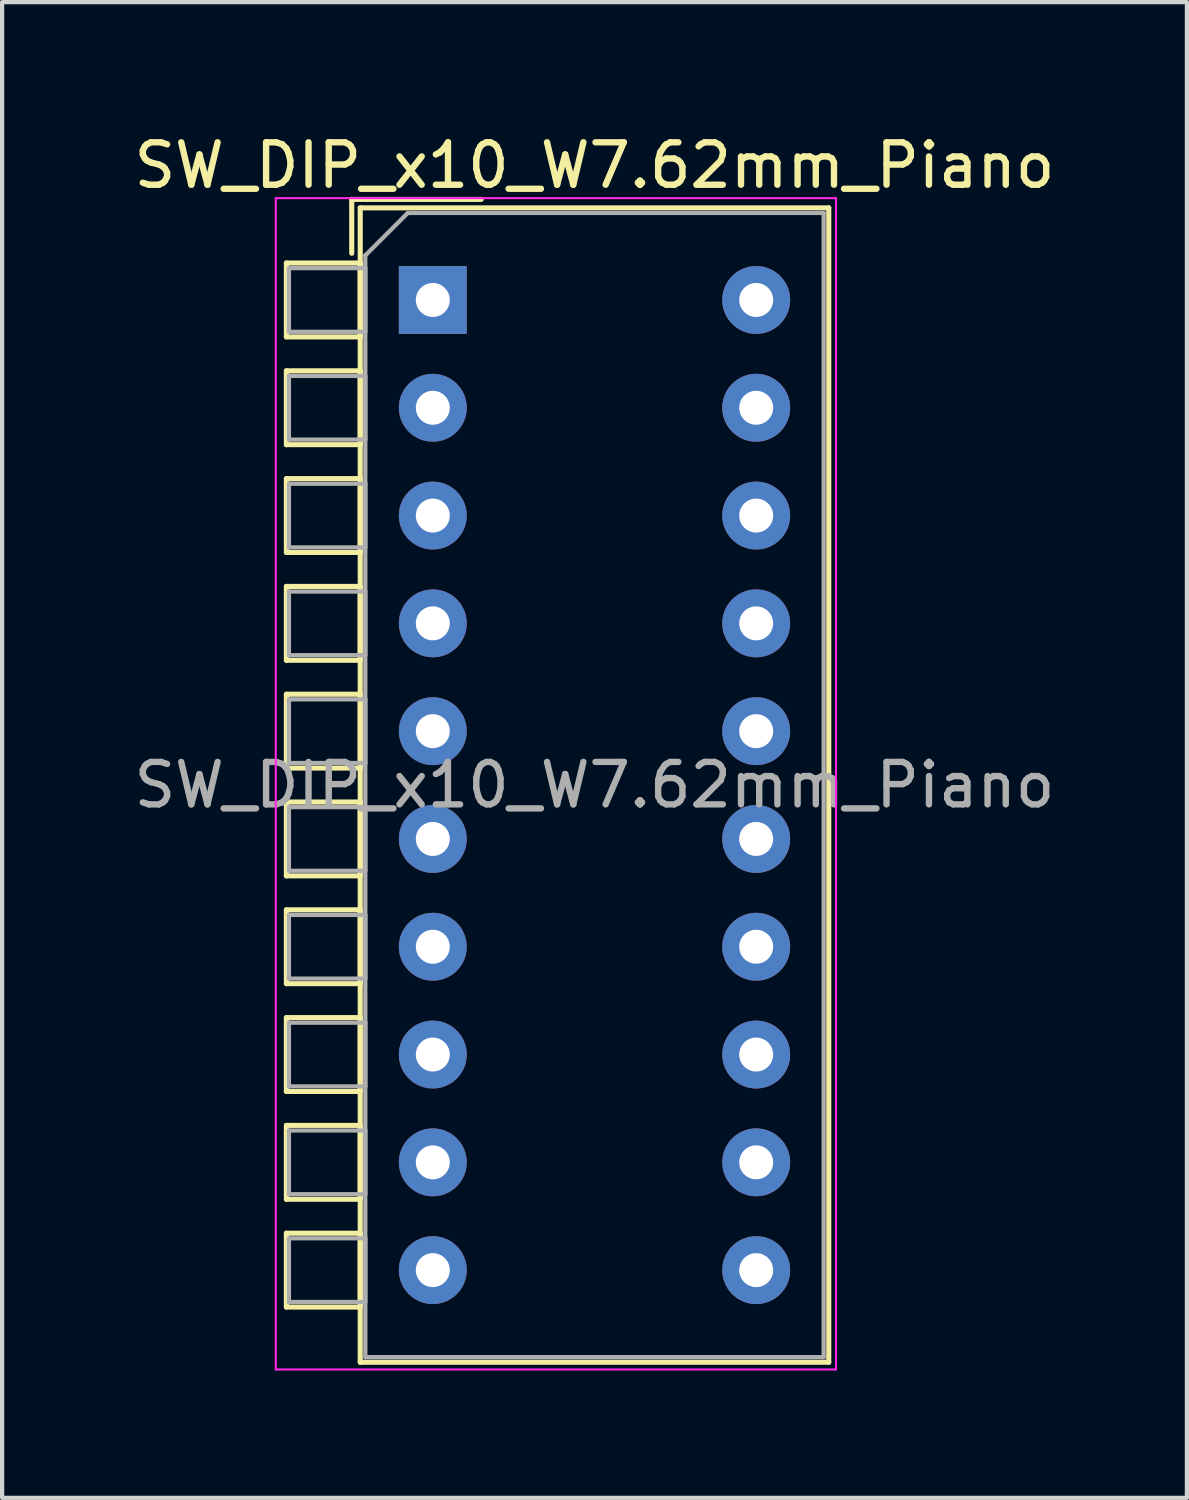
<source format=kicad_pcb>
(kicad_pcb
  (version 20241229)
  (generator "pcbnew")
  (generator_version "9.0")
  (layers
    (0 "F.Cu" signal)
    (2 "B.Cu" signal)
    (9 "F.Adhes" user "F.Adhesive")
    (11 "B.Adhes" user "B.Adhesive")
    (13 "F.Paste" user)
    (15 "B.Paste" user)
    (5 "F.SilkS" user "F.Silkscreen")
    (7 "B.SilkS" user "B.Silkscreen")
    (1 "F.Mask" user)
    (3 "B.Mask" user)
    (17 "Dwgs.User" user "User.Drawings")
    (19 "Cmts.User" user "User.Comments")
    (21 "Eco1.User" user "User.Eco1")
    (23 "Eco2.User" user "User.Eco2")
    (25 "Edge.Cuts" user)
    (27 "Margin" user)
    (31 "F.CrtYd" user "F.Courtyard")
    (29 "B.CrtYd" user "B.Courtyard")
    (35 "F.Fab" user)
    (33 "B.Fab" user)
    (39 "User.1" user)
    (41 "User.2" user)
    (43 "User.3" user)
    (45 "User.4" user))
  (footprint "SW_DIP_x10_W7.62mm_Piano"
    (layer "F.Cu")
    (at 7.148 4.018)
    (property "Reference" "SW_DIP_x10_W7.62mm_Piano" (at 3.81 -3.17 0) (layer "F.SilkS") (effects (font (size 1 1) (thickness 0.15))))
    (attr through_hole)
    (fp_line (start -3.45 -0.87) (end -3.45 0.87) (stroke (width 0.12) (type solid)) (layer "F.SilkS"))
    (fp_line (start -3.45 0.87) (end -1.71 0.87) (stroke (width 0.12) (type solid)) (layer "F.SilkS"))
    (fp_line (start -3.45 1.67) (end -3.45 3.41) (stroke (width 0.12) (type solid)) (layer "F.SilkS"))
    (fp_line (start -3.45 3.41) (end -1.71 3.41) (stroke (width 0.12) (type solid)) (layer "F.SilkS"))
    (fp_line (start -3.45 4.21) (end -3.45 5.95) (stroke (width 0.12) (type solid)) (layer "F.SilkS"))
    (fp_line (start -3.45 5.95) (end -1.71 5.95) (stroke (width 0.12) (type solid)) (layer "F.SilkS"))
    (fp_line (start -3.45 6.75) (end -3.45 8.49) (stroke (width 0.12) (type solid)) (layer "F.SilkS"))
    (fp_line (start -3.45 8.49) (end -1.71 8.49) (stroke (width 0.12) (type solid)) (layer "F.SilkS"))
    (fp_line (start -3.45 9.29) (end -3.45 11.03) (stroke (width 0.12) (type solid)) (layer "F.SilkS"))
    (fp_line (start -3.45 11.03) (end -1.71 11.03) (stroke (width 0.12) (type solid)) (layer "F.SilkS"))
    (fp_line (start -3.45 11.83) (end -3.45 13.57) (stroke (width 0.12) (type solid)) (layer "F.SilkS"))
    (fp_line (start -3.45 13.57) (end -1.71 13.57) (stroke (width 0.12) (type solid)) (layer "F.SilkS"))
    (fp_line (start -3.45 14.37) (end -3.45 16.11) (stroke (width 0.12) (type solid)) (layer "F.SilkS"))
    (fp_line (start -3.45 16.11) (end -1.71 16.11) (stroke (width 0.12) (type solid)) (layer "F.SilkS"))
    (fp_line (start -3.45 16.91) (end -3.45 18.65) (stroke (width 0.12) (type solid)) (layer "F.SilkS"))
    (fp_line (start -3.45 18.65) (end -1.71 18.65) (stroke (width 0.12) (type solid)) (layer "F.SilkS"))
    (fp_line (start -3.45 19.45) (end -3.45 21.19) (stroke (width 0.12) (type solid)) (layer "F.SilkS"))
    (fp_line (start -3.45 21.19) (end -1.71 21.19) (stroke (width 0.12) (type solid)) (layer "F.SilkS"))
    (fp_line (start -3.45 21.99) (end -3.45 23.73) (stroke (width 0.12) (type solid)) (layer "F.SilkS"))
    (fp_line (start -3.45 23.73) (end -1.71 23.73) (stroke (width 0.12) (type solid)) (layer "F.SilkS"))
    (fp_line (start -1.91 -2.37) (end -1.91 -1.1) (stroke (width 0.12) (type solid)) (layer "F.SilkS"))
    (fp_line (start -1.91 -2.37) (end 1.14 -2.37) (stroke (width 0.12) (type solid)) (layer "F.SilkS"))
    (fp_line (start -1.71 -2.17) (end 9.33 -2.17) (stroke (width 0.12) (type solid)) (layer "F.SilkS"))
    (fp_line (start -1.71 -0.87) (end -3.45 -0.87) (stroke (width 0.12) (type solid)) (layer "F.SilkS"))
    (fp_line (start -1.71 0.87) (end -1.71 -0.87) (stroke (width 0.12) (type solid)) (layer "F.SilkS"))
    (fp_line (start -1.71 1.67) (end -3.45 1.67) (stroke (width 0.12) (type solid)) (layer "F.SilkS"))
    (fp_line (start -1.71 3.41) (end -1.71 1.67) (stroke (width 0.12) (type solid)) (layer "F.SilkS"))
    (fp_line (start -1.71 4.21) (end -3.45 4.21) (stroke (width 0.12) (type solid)) (layer "F.SilkS"))
    (fp_line (start -1.71 5.95) (end -1.71 4.21) (stroke (width 0.12) (type solid)) (layer "F.SilkS"))
    (fp_line (start -1.71 6.75) (end -3.45 6.75) (stroke (width 0.12) (type solid)) (layer "F.SilkS"))
    (fp_line (start -1.71 8.49) (end -1.71 6.75) (stroke (width 0.12) (type solid)) (layer "F.SilkS"))
    (fp_line (start -1.71 9.29) (end -3.45 9.29) (stroke (width 0.12) (type solid)) (layer "F.SilkS"))
    (fp_line (start -1.71 11.03) (end -1.71 9.29) (stroke (width 0.12) (type solid)) (layer "F.SilkS"))
    (fp_line (start -1.71 11.83) (end -3.45 11.83) (stroke (width 0.12) (type solid)) (layer "F.SilkS"))
    (fp_line (start -1.71 13.57) (end -1.71 11.83) (stroke (width 0.12) (type solid)) (layer "F.SilkS"))
    (fp_line (start -1.71 14.37) (end -3.45 14.37) (stroke (width 0.12) (type solid)) (layer "F.SilkS"))
    (fp_line (start -1.71 16.11) (end -1.71 14.37) (stroke (width 0.12) (type solid)) (layer "F.SilkS"))
    (fp_line (start -1.71 16.91) (end -3.45 16.91) (stroke (width 0.12) (type solid)) (layer "F.SilkS"))
    (fp_line (start -1.71 18.65) (end -1.71 16.91) (stroke (width 0.12) (type solid)) (layer "F.SilkS"))
    (fp_line (start -1.71 19.45) (end -3.45 19.45) (stroke (width 0.12) (type solid)) (layer "F.SilkS"))
    (fp_line (start -1.71 21.19) (end -1.71 19.45) (stroke (width 0.12) (type solid)) (layer "F.SilkS"))
    (fp_line (start -1.71 21.99) (end -3.45 21.99) (stroke (width 0.12) (type solid)) (layer "F.SilkS"))
    (fp_line (start -1.71 23.73) (end -1.71 21.99) (stroke (width 0.12) (type solid)) (layer "F.SilkS"))
    (fp_line (start -1.71 25.03) (end -1.71 -2.17) (stroke (width 0.12) (type solid)) (layer "F.SilkS"))
    (fp_line (start 9.33 -2.17) (end 9.33 25.03) (stroke (width 0.12) (type solid)) (layer "F.SilkS"))
    (fp_line (start 9.33 25.03) (end -1.71 25.03) (stroke (width 0.12) (type solid)) (layer "F.SilkS"))
    (fp_line (start -3.7 -2.4) (end -3.7 25.2) (stroke (width 0.05) (type solid)) (layer "F.CrtYd"))
    (fp_line (start -3.7 25.2) (end 9.5 25.2) (stroke (width 0.05) (type solid)) (layer "F.CrtYd"))
    (fp_line (start 9.5 -2.4) (end -3.7 -2.4) (stroke (width 0.05) (type solid)) (layer "F.CrtYd"))
    (fp_line (start 9.5 25.2) (end 9.5 -2.4) (stroke (width 0.05) (type solid)) (layer "F.CrtYd"))
    (fp_line (start -3.39 -0.75) (end -1.59 -0.75) (stroke (width 0.1) (type solid)) (layer "F.Fab"))
    (fp_line (start -3.39 0.75) (end -3.39 -0.75) (stroke (width 0.1) (type solid)) (layer "F.Fab"))
    (fp_line (start -3.39 1.79) (end -1.59 1.79) (stroke (width 0.1) (type solid)) (layer "F.Fab"))
    (fp_line (start -3.39 3.29) (end -3.39 1.79) (stroke (width 0.1) (type solid)) (layer "F.Fab"))
    (fp_line (start -3.39 4.33) (end -1.59 4.33) (stroke (width 0.1) (type solid)) (layer "F.Fab"))
    (fp_line (start -3.39 5.83) (end -3.39 4.33) (stroke (width 0.1) (type solid)) (layer "F.Fab"))
    (fp_line (start -3.39 6.87) (end -1.59 6.87) (stroke (width 0.1) (type solid)) (layer "F.Fab"))
    (fp_line (start -3.39 8.37) (end -3.39 6.87) (stroke (width 0.1) (type solid)) (layer "F.Fab"))
    (fp_line (start -3.39 9.41) (end -1.59 9.41) (stroke (width 0.1) (type solid)) (layer "F.Fab"))
    (fp_line (start -3.39 10.91) (end -3.39 9.41) (stroke (width 0.1) (type solid)) (layer "F.Fab"))
    (fp_line (start -3.39 11.95) (end -1.59 11.95) (stroke (width 0.1) (type solid)) (layer "F.Fab"))
    (fp_line (start -3.39 13.45) (end -3.39 11.95) (stroke (width 0.1) (type solid)) (layer "F.Fab"))
    (fp_line (start -3.39 14.49) (end -1.59 14.49) (stroke (width 0.1) (type solid)) (layer "F.Fab"))
    (fp_line (start -3.39 15.99) (end -3.39 14.49) (stroke (width 0.1) (type solid)) (layer "F.Fab"))
    (fp_line (start -3.39 17.03) (end -1.59 17.03) (stroke (width 0.1) (type solid)) (layer "F.Fab"))
    (fp_line (start -3.39 18.53) (end -3.39 17.03) (stroke (width 0.1) (type solid)) (layer "F.Fab"))
    (fp_line (start -3.39 19.57) (end -1.59 19.57) (stroke (width 0.1) (type solid)) (layer "F.Fab"))
    (fp_line (start -3.39 21.07) (end -3.39 19.57) (stroke (width 0.1) (type solid)) (layer "F.Fab"))
    (fp_line (start -3.39 22.11) (end -1.59 22.11) (stroke (width 0.1) (type solid)) (layer "F.Fab"))
    (fp_line (start -3.39 23.61) (end -3.39 22.11) (stroke (width 0.1) (type solid)) (layer "F.Fab"))
    (fp_line (start -1.59 -1.05) (end -0.59 -2.05) (stroke (width 0.1) (type solid)) (layer "F.Fab"))
    (fp_line (start -1.59 -0.75) (end -1.59 0.75) (stroke (width 0.1) (type solid)) (layer "F.Fab"))
    (fp_line (start -1.59 0.75) (end -3.39 0.75) (stroke (width 0.1) (type solid)) (layer "F.Fab"))
    (fp_line (start -1.59 1.79) (end -1.59 3.29) (stroke (width 0.1) (type solid)) (layer "F.Fab"))
    (fp_line (start -1.59 3.29) (end -3.39 3.29) (stroke (width 0.1) (type solid)) (layer "F.Fab"))
    (fp_line (start -1.59 4.33) (end -1.59 5.83) (stroke (width 0.1) (type solid)) (layer "F.Fab"))
    (fp_line (start -1.59 5.83) (end -3.39 5.83) (stroke (width 0.1) (type solid)) (layer "F.Fab"))
    (fp_line (start -1.59 6.87) (end -1.59 8.37) (stroke (width 0.1) (type solid)) (layer "F.Fab"))
    (fp_line (start -1.59 8.37) (end -3.39 8.37) (stroke (width 0.1) (type solid)) (layer "F.Fab"))
    (fp_line (start -1.59 9.41) (end -1.59 10.91) (stroke (width 0.1) (type solid)) (layer "F.Fab"))
    (fp_line (start -1.59 10.91) (end -3.39 10.91) (stroke (width 0.1) (type solid)) (layer "F.Fab"))
    (fp_line (start -1.59 11.95) (end -1.59 13.45) (stroke (width 0.1) (type solid)) (layer "F.Fab"))
    (fp_line (start -1.59 13.45) (end -3.39 13.45) (stroke (width 0.1) (type solid)) (layer "F.Fab"))
    (fp_line (start -1.59 14.49) (end -1.59 15.99) (stroke (width 0.1) (type solid)) (layer "F.Fab"))
    (fp_line (start -1.59 15.99) (end -3.39 15.99) (stroke (width 0.1) (type solid)) (layer "F.Fab"))
    (fp_line (start -1.59 17.03) (end -1.59 18.53) (stroke (width 0.1) (type solid)) (layer "F.Fab"))
    (fp_line (start -1.59 18.53) (end -3.39 18.53) (stroke (width 0.1) (type solid)) (layer "F.Fab"))
    (fp_line (start -1.59 19.57) (end -1.59 21.07) (stroke (width 0.1) (type solid)) (layer "F.Fab"))
    (fp_line (start -1.59 21.07) (end -3.39 21.07) (stroke (width 0.1) (type solid)) (layer "F.Fab"))
    (fp_line (start -1.59 22.11) (end -1.59 23.61) (stroke (width 0.1) (type solid)) (layer "F.Fab"))
    (fp_line (start -1.59 23.61) (end -3.39 23.61) (stroke (width 0.1) (type solid)) (layer "F.Fab"))
    (fp_line (start -1.59 24.91) (end -1.59 -1.05) (stroke (width 0.1) (type solid)) (layer "F.Fab"))
    (fp_line (start -0.59 -2.05) (end 9.21 -2.05) (stroke (width 0.1) (type solid)) (layer "F.Fab"))
    (fp_line (start 9.21 -2.05) (end 9.21 24.91) (stroke (width 0.1) (type solid)) (layer "F.Fab"))
    (fp_line (start 9.21 24.91) (end -1.59 24.91) (stroke (width 0.1) (type solid)) (layer "F.Fab"))
    (fp_text user "${REFERENCE}" (at 3.81 11.43 0) (layer "F.Fab") (effects (font (size 1 1) (thickness 0.15))))
    (pad "1" thru_hole rect (at 0 0) (size 1.6 1.6) (drill 0.8) (layers "*.Cu" "*.Mask"))
    (pad "2" thru_hole oval (at 0 2.54) (size 1.6 1.6) (drill 0.8) (layers "*.Cu" "*.Mask"))
    (pad "3" thru_hole oval (at 0 5.08) (size 1.6 1.6) (drill 0.8) (layers "*.Cu" "*.Mask"))
    (pad "4" thru_hole oval (at 0 7.62) (size 1.6 1.6) (drill 0.8) (layers "*.Cu" "*.Mask"))
    (pad "5" thru_hole oval (at 0 10.16) (size 1.6 1.6) (drill 0.8) (layers "*.Cu" "*.Mask"))
    (pad "6" thru_hole oval (at 0 12.7) (size 1.6 1.6) (drill 0.8) (layers "*.Cu" "*.Mask"))
    (pad "7" thru_hole oval (at 0 15.24) (size 1.6 1.6) (drill 0.8) (layers "*.Cu" "*.Mask"))
    (pad "8" thru_hole oval (at 0 17.78) (size 1.6 1.6) (drill 0.8) (layers "*.Cu" "*.Mask"))
    (pad "9" thru_hole oval (at 0 20.32) (size 1.6 1.6) (drill 0.8) (layers "*.Cu" "*.Mask"))
    (pad "10" thru_hole oval (at 0 22.86) (size 1.6 1.6) (drill 0.8) (layers "*.Cu" "*.Mask"))
    (pad "11" thru_hole oval (at 7.62 22.86) (size 1.6 1.6) (drill 0.8) (layers "*.Cu" "*.Mask"))
    (pad "12" thru_hole oval (at 7.62 20.32) (size 1.6 1.6) (drill 0.8) (layers "*.Cu" "*.Mask"))
    (pad "13" thru_hole oval (at 7.62 17.78) (size 1.6 1.6) (drill 0.8) (layers "*.Cu" "*.Mask"))
    (pad "14" thru_hole oval (at 7.62 15.24) (size 1.6 1.6) (drill 0.8) (layers "*.Cu" "*.Mask"))
    (pad "15" thru_hole oval (at 7.62 12.7) (size 1.6 1.6) (drill 0.8) (layers "*.Cu" "*.Mask"))
    (pad "16" thru_hole oval (at 7.62 10.16) (size 1.6 1.6) (drill 0.8) (layers "*.Cu" "*.Mask"))
    (pad "17" thru_hole oval (at 7.62 7.62) (size 1.6 1.6) (drill 0.8) (layers "*.Cu" "*.Mask"))
    (pad "18" thru_hole oval (at 7.62 5.08) (size 1.6 1.6) (drill 0.8) (layers "*.Cu" "*.Mask"))
    (pad "19" thru_hole oval (at 7.62 2.54) (size 1.6 1.6) (drill 0.8) (layers "*.Cu" "*.Mask"))
    (pad "20" thru_hole oval (at 7.62 0) (size 1.6 1.6) (drill 0.8) (layers "*.Cu" "*.Mask")))
  (gr_rect
    (start -3 -3)
    (end 24.917 32.243)
    (stroke (width 0.1) (type default))
    (fill no)
    (layer "Edge.Cuts")))
</source>
